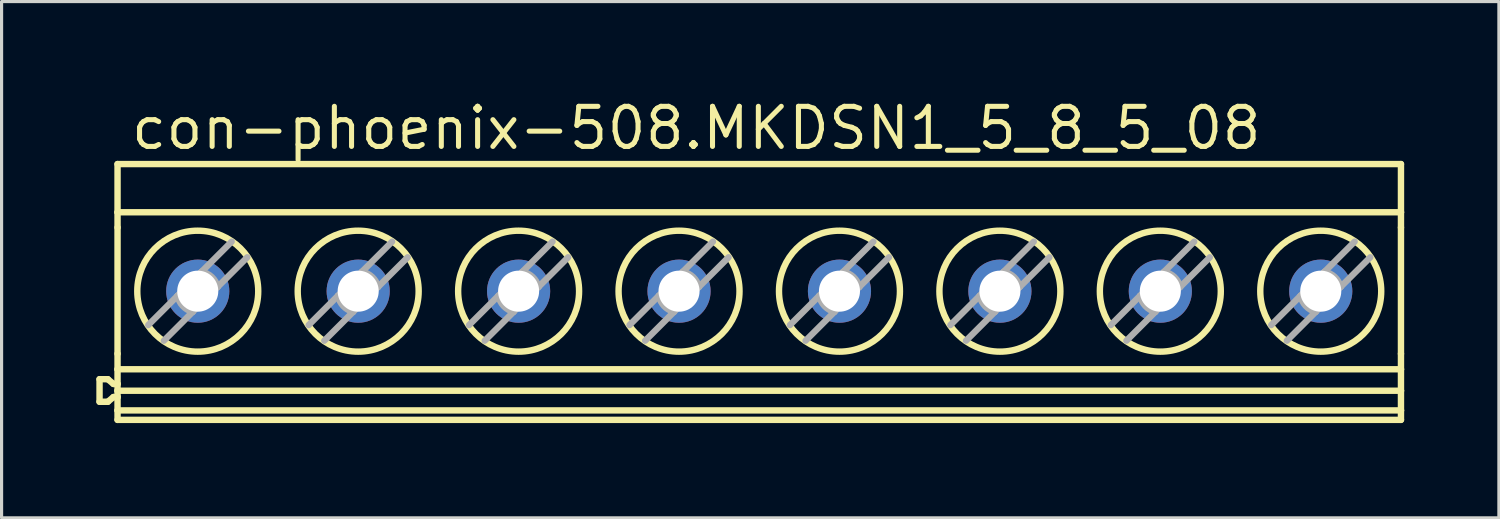
<source format=kicad_pcb>
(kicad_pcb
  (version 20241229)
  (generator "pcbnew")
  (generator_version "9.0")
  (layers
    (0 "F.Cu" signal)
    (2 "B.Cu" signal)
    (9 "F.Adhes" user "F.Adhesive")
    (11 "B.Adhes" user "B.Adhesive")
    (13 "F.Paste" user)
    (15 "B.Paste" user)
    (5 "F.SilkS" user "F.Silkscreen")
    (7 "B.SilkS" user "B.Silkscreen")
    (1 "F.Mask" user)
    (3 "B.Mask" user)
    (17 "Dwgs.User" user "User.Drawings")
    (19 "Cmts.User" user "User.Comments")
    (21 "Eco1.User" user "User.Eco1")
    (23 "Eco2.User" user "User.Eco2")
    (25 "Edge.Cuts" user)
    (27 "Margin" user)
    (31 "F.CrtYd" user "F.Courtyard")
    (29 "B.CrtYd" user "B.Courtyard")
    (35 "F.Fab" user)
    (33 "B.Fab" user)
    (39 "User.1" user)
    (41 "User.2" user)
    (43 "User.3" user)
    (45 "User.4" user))
  (footprint "con-phoenix-508.MKDSN1_5_8_5_08"
    (layer "F.Cu")
    (at 21.013 6.195)
    (property "Reference" "con-phoenix-508.MKDSN1_5_8_5_08" (at -19.991 -4.445 0) (layer "F.SilkS") (effects (font (size 1.27 1.27) (thickness 0.16)) (justify left bottom)))
    (attr through_hole)
    (fp_line (start -20.911 2.763) (end -20.911 3.477) (stroke (width 0.203) (type default)) (layer "F.SilkS"))
    (fp_line (start -20.911 2.763) (end -20.648 2.763) (stroke (width 0.203) (type default)) (layer "F.SilkS"))
    (fp_line (start -20.911 3.477) (end -20.648 3.477) (stroke (width 0.203) (type default)) (layer "F.SilkS"))
    (fp_line (start -20.648 2.763) (end -20.47 2.913) (stroke (width 0.203) (type default)) (layer "F.SilkS"))
    (fp_line (start -20.47 2.913) (end -20.341 2.913) (stroke (width 0.203) (type default)) (layer "F.SilkS"))
    (fp_line (start -20.47 3.327) (end -20.648 3.477) (stroke (width 0.203) (type default)) (layer "F.SilkS"))
    (fp_line (start -20.341 -4.05) (end 20.299 -4.05) (stroke (width 0.203) (type default)) (layer "F.SilkS"))
    (fp_line (start -20.341 -2.524) (end -20.341 -4.05) (stroke (width 0.203) (type default)) (layer "F.SilkS"))
    (fp_line (start -20.341 -2.524) (end -20.341 -2.041) (stroke (width 0.203) (type default)) (layer "F.SilkS"))
    (fp_line (start -20.341 -2.524) (end 20.299 -2.524) (stroke (width 0.203) (type default)) (layer "F.SilkS"))
    (fp_line (start -20.341 1.956) (end -20.341 -2.041) (stroke (width 0.203) (type default)) (layer "F.SilkS"))
    (fp_line (start -20.341 1.956) (end -20.341 2.448) (stroke (width 0.203) (type default)) (layer "F.SilkS"))
    (fp_line (start -20.341 2.913) (end -20.341 2.448) (stroke (width 0.203) (type default)) (layer "F.SilkS"))
    (fp_line (start -20.341 3.128) (end -20.341 2.913) (stroke (width 0.203) (type default)) (layer "F.SilkS"))
    (fp_line (start -20.341 3.128) (end 20.299 3.128) (stroke (width 0.203) (type default)) (layer "F.SilkS"))
    (fp_line (start -20.341 3.327) (end -20.47 3.327) (stroke (width 0.203) (type default)) (layer "F.SilkS"))
    (fp_line (start -20.341 3.327) (end -20.341 3.128) (stroke (width 0.203) (type default)) (layer "F.SilkS"))
    (fp_line (start -20.341 3.75) (end -20.341 3.327) (stroke (width 0.203) (type default)) (layer "F.SilkS"))
    (fp_line (start -20.341 3.75) (end -20.341 4.05) (stroke (width 0.203) (type default)) (layer "F.SilkS"))
    (fp_line (start -20.341 4.05) (end 20.299 4.05) (stroke (width 0.203) (type default)) (layer "F.SilkS"))
    (fp_line (start 20.299 -2.524) (end 20.299 -4.05) (stroke (width 0.203) (type default)) (layer "F.SilkS"))
    (fp_line (start 20.299 -2.524) (end 20.299 -2.041) (stroke (width 0.203) (type default)) (layer "F.SilkS"))
    (fp_line (start 20.299 1.956) (end 20.299 -2.041) (stroke (width 0.203) (type default)) (layer "F.SilkS"))
    (fp_line (start 20.299 1.956) (end 20.299 2.448) (stroke (width 0.203) (type default)) (layer "F.SilkS"))
    (fp_line (start 20.299 2.448) (end -20.341 2.448) (stroke (width 0.203) (type default)) (layer "F.SilkS"))
    (fp_line (start 20.299 3.128) (end 20.299 2.448) (stroke (width 0.203) (type default)) (layer "F.SilkS"))
    (fp_line (start 20.299 3.75) (end -20.341 3.75) (stroke (width 0.203) (type default)) (layer "F.SilkS"))
    (fp_line (start 20.299 3.75) (end 20.299 3.128) (stroke (width 0.203) (type default)) (layer "F.SilkS"))
    (fp_line (start 20.299 3.75) (end 20.299 4.05) (stroke (width 0.203) (type default)) (layer "F.SilkS"))
    (fp_circle (center -17.801 -0.025) (end -15.886 -0.025) (stroke (width 0.203) (type default)) (fill no) (layer "F.SilkS"))
    (fp_circle (center -12.721 -0.025) (end -10.806 -0.025) (stroke (width 0.203) (type default)) (fill no) (layer "F.SilkS"))
    (fp_circle (center -7.641 -0.025) (end -5.726 -0.025) (stroke (width 0.203) (type default)) (fill no) (layer "F.SilkS"))
    (fp_circle (center -2.561 -0.025) (end -0.646 -0.025) (stroke (width 0.203) (type default)) (fill no) (layer "F.SilkS"))
    (fp_circle (center 2.519 -0.025) (end 4.434 -0.025) (stroke (width 0.203) (type default)) (fill no) (layer "F.SilkS"))
    (fp_circle (center 7.599 -0.025) (end 9.514 -0.025) (stroke (width 0.203) (type default)) (fill no) (layer "F.SilkS"))
    (fp_circle (center 12.679 -0.025) (end 14.594 -0.025) (stroke (width 0.203) (type default)) (fill no) (layer "F.SilkS"))
    (fp_circle (center 17.759 -0.025) (end 19.674 -0.025) (stroke (width 0.203) (type default)) (fill no) (layer "F.SilkS"))
    (fp_line (start -19.369 1.048) (end -18.44 0.119) (stroke (width 0.203) (type default)) (layer "F.Fab"))
    (fp_line (start -18.44 0.119) (end -17.801 -0.52) (stroke (width 0.203) (type default)) (layer "F.Fab"))
    (fp_line (start -17.961 0.63) (end -18.874 1.543) (stroke (width 0.203) (type default)) (layer "F.Fab"))
    (fp_line (start -17.801 -0.52) (end -17.682 -0.639) (stroke (width 0.203) (type default)) (layer "F.Fab"))
    (fp_line (start -17.801 0.47) (end -17.961 0.63) (stroke (width 0.203) (type default)) (layer "F.Fab"))
    (fp_line (start -17.682 -0.639) (end -16.728 -1.593) (stroke (width 0.203) (type default)) (layer "F.Fab"))
    (fp_line (start -17.171 -0.16) (end -17.801 0.47) (stroke (width 0.203) (type default)) (layer "F.Fab"))
    (fp_line (start -16.233 -1.098) (end -17.171 -0.16) (stroke (width 0.203) (type default)) (layer "F.Fab"))
    (fp_line (start -14.289 1.048) (end -13.36 0.119) (stroke (width 0.203) (type default)) (layer "F.Fab"))
    (fp_line (start -13.36 0.119) (end -12.721 -0.52) (stroke (width 0.203) (type default)) (layer "F.Fab"))
    (fp_line (start -12.881 0.63) (end -13.794 1.543) (stroke (width 0.203) (type default)) (layer "F.Fab"))
    (fp_line (start -12.721 -0.52) (end -12.602 -0.639) (stroke (width 0.203) (type default)) (layer "F.Fab"))
    (fp_line (start -12.721 0.47) (end -12.881 0.63) (stroke (width 0.203) (type default)) (layer "F.Fab"))
    (fp_line (start -12.602 -0.639) (end -11.648 -1.593) (stroke (width 0.203) (type default)) (layer "F.Fab"))
    (fp_line (start -12.091 -0.16) (end -12.721 0.47) (stroke (width 0.203) (type default)) (layer "F.Fab"))
    (fp_line (start -11.153 -1.098) (end -12.091 -0.16) (stroke (width 0.203) (type default)) (layer "F.Fab"))
    (fp_line (start -9.209 1.048) (end -8.28 0.119) (stroke (width 0.203) (type default)) (layer "F.Fab"))
    (fp_line (start -8.28 0.119) (end -7.641 -0.52) (stroke (width 0.203) (type default)) (layer "F.Fab"))
    (fp_line (start -7.801 0.63) (end -8.714 1.543) (stroke (width 0.203) (type default)) (layer "F.Fab"))
    (fp_line (start -7.641 -0.52) (end -7.522 -0.639) (stroke (width 0.203) (type default)) (layer "F.Fab"))
    (fp_line (start -7.641 0.47) (end -7.801 0.63) (stroke (width 0.203) (type default)) (layer "F.Fab"))
    (fp_line (start -7.522 -0.639) (end -6.568 -1.593) (stroke (width 0.203) (type default)) (layer "F.Fab"))
    (fp_line (start -7.011 -0.16) (end -7.641 0.47) (stroke (width 0.203) (type default)) (layer "F.Fab"))
    (fp_line (start -6.073 -1.098) (end -7.011 -0.16) (stroke (width 0.203) (type default)) (layer "F.Fab"))
    (fp_line (start -4.129 1.048) (end -3.2 0.119) (stroke (width 0.203) (type default)) (layer "F.Fab"))
    (fp_line (start -3.2 0.119) (end -2.561 -0.52) (stroke (width 0.203) (type default)) (layer "F.Fab"))
    (fp_line (start -2.721 0.63) (end -3.634 1.543) (stroke (width 0.203) (type default)) (layer "F.Fab"))
    (fp_line (start -2.561 -0.52) (end -2.442 -0.639) (stroke (width 0.203) (type default)) (layer "F.Fab"))
    (fp_line (start -2.561 0.47) (end -2.721 0.63) (stroke (width 0.203) (type default)) (layer "F.Fab"))
    (fp_line (start -2.442 -0.639) (end -1.488 -1.593) (stroke (width 0.203) (type default)) (layer "F.Fab"))
    (fp_line (start -1.931 -0.16) (end -2.561 0.47) (stroke (width 0.203) (type default)) (layer "F.Fab"))
    (fp_line (start -0.993 -1.098) (end -1.931 -0.16) (stroke (width 0.203) (type default)) (layer "F.Fab"))
    (fp_line (start 0.951 1.048) (end 1.88 0.119) (stroke (width 0.203) (type default)) (layer "F.Fab"))
    (fp_line (start 1.88 0.119) (end 2.519 -0.52) (stroke (width 0.203) (type default)) (layer "F.Fab"))
    (fp_line (start 2.359 0.63) (end 1.446 1.543) (stroke (width 0.203) (type default)) (layer "F.Fab"))
    (fp_line (start 2.519 -0.52) (end 2.638 -0.639) (stroke (width 0.203) (type default)) (layer "F.Fab"))
    (fp_line (start 2.519 0.47) (end 2.359 0.63) (stroke (width 0.203) (type default)) (layer "F.Fab"))
    (fp_line (start 2.638 -0.639) (end 3.592 -1.593) (stroke (width 0.203) (type default)) (layer "F.Fab"))
    (fp_line (start 3.149 -0.16) (end 2.519 0.47) (stroke (width 0.203) (type default)) (layer "F.Fab"))
    (fp_line (start 4.087 -1.098) (end 3.149 -0.16) (stroke (width 0.203) (type default)) (layer "F.Fab"))
    (fp_line (start 6.031 1.048) (end 6.96 0.119) (stroke (width 0.203) (type default)) (layer "F.Fab"))
    (fp_line (start 6.96 0.119) (end 7.599 -0.52) (stroke (width 0.203) (type default)) (layer "F.Fab"))
    (fp_line (start 7.439 0.63) (end 6.526 1.543) (stroke (width 0.203) (type default)) (layer "F.Fab"))
    (fp_line (start 7.599 -0.52) (end 7.718 -0.639) (stroke (width 0.203) (type default)) (layer "F.Fab"))
    (fp_line (start 7.599 0.47) (end 7.439 0.63) (stroke (width 0.203) (type default)) (layer "F.Fab"))
    (fp_line (start 7.718 -0.639) (end 8.672 -1.593) (stroke (width 0.203) (type default)) (layer "F.Fab"))
    (fp_line (start 8.229 -0.16) (end 7.599 0.47) (stroke (width 0.203) (type default)) (layer "F.Fab"))
    (fp_line (start 9.167 -1.098) (end 8.229 -0.16) (stroke (width 0.203) (type default)) (layer "F.Fab"))
    (fp_line (start 11.111 1.048) (end 12.04 0.119) (stroke (width 0.203) (type default)) (layer "F.Fab"))
    (fp_line (start 12.04 0.119) (end 12.679 -0.52) (stroke (width 0.203) (type default)) (layer "F.Fab"))
    (fp_line (start 12.519 0.63) (end 11.606 1.543) (stroke (width 0.203) (type default)) (layer "F.Fab"))
    (fp_line (start 12.679 -0.52) (end 12.798 -0.639) (stroke (width 0.203) (type default)) (layer "F.Fab"))
    (fp_line (start 12.679 0.47) (end 12.519 0.63) (stroke (width 0.203) (type default)) (layer "F.Fab"))
    (fp_line (start 12.798 -0.639) (end 13.752 -1.593) (stroke (width 0.203) (type default)) (layer "F.Fab"))
    (fp_line (start 13.309 -0.16) (end 12.679 0.47) (stroke (width 0.203) (type default)) (layer "F.Fab"))
    (fp_line (start 14.247 -1.098) (end 13.309 -0.16) (stroke (width 0.203) (type default)) (layer "F.Fab"))
    (fp_line (start 16.191 1.048) (end 17.12 0.119) (stroke (width 0.203) (type default)) (layer "F.Fab"))
    (fp_line (start 17.12 0.119) (end 17.759 -0.52) (stroke (width 0.203) (type default)) (layer "F.Fab"))
    (fp_line (start 17.599 0.63) (end 16.686 1.543) (stroke (width 0.203) (type default)) (layer "F.Fab"))
    (fp_line (start 17.759 -0.52) (end 17.878 -0.639) (stroke (width 0.203) (type default)) (layer "F.Fab"))
    (fp_line (start 17.759 0.47) (end 17.599 0.63) (stroke (width 0.203) (type default)) (layer "F.Fab"))
    (fp_line (start 17.878 -0.639) (end 18.832 -1.593) (stroke (width 0.203) (type default)) (layer "F.Fab"))
    (fp_line (start 18.389 -0.16) (end 17.759 0.47) (stroke (width 0.203) (type default)) (layer "F.Fab"))
    (fp_line (start 19.327 -1.098) (end 18.389 -0.16) (stroke (width 0.203) (type default)) (layer "F.Fab"))
    (fp_arc (start -17.9611 0.63) (mid -18.275316 0.444537) (end -18.4401 0.119) (stroke (width 0.2032) (type default)) (layer "F.Fab"))
    (fp_arc (start -17.6821 -0.639) (mid -17.356563 -0.474216) (end -17.1711 -0.16) (stroke (width 0.2032) (type default)) (layer "F.Fab"))
    (fp_arc (start -12.8811 0.63) (mid -13.195316 0.444537) (end -13.3601 0.119) (stroke (width 0.2032) (type default)) (layer "F.Fab"))
    (fp_arc (start -12.6021 -0.639) (mid -12.276563 -0.474216) (end -12.0911 -0.16) (stroke (width 0.2032) (type default)) (layer "F.Fab"))
    (fp_arc (start -7.8011 0.63) (mid -8.115316 0.444537) (end -8.2801 0.119) (stroke (width 0.2032) (type default)) (layer "F.Fab"))
    (fp_arc (start -7.5221 -0.639) (mid -7.196563 -0.474216) (end -7.0111 -0.16) (stroke (width 0.2032) (type default)) (layer "F.Fab"))
    (fp_arc (start -2.7211 0.63) (mid -3.035316 0.444537) (end -3.2001 0.119) (stroke (width 0.2032) (type default)) (layer "F.Fab"))
    (fp_arc (start -2.4421 -0.639) (mid -2.116563 -0.474216) (end -1.9311 -0.16) (stroke (width 0.2032) (type default)) (layer "F.Fab"))
    (fp_arc (start 2.3589 0.63) (mid 2.044684 0.444537) (end 1.8799 0.119) (stroke (width 0.2032) (type default)) (layer "F.Fab"))
    (fp_arc (start 2.6379 -0.639) (mid 2.963437 -0.474216) (end 3.1489 -0.16) (stroke (width 0.2032) (type default)) (layer "F.Fab"))
    (fp_arc (start 7.4389 0.63) (mid 7.124684 0.444537) (end 6.9599 0.119) (stroke (width 0.2032) (type default)) (layer "F.Fab"))
    (fp_arc (start 7.7179 -0.639) (mid 8.043437 -0.474216) (end 8.2289 -0.16) (stroke (width 0.2032) (type default)) (layer "F.Fab"))
    (fp_arc (start 12.5189 0.63) (mid 12.204684 0.444537) (end 12.0399 0.119) (stroke (width 0.2032) (type default)) (layer "F.Fab"))
    (fp_arc (start 12.7979 -0.639) (mid 13.123437 -0.474216) (end 13.3089 -0.16) (stroke (width 0.2032) (type default)) (layer "F.Fab"))
    (fp_arc (start 17.5989 0.63) (mid 17.284684 0.444537) (end 17.1199 0.119) (stroke (width 0.2032) (type default)) (layer "F.Fab"))
    (fp_arc (start 17.8779 -0.639) (mid 18.203437 -0.474216) (end 18.3889 -0.16) (stroke (width 0.2032) (type default)) (layer "F.Fab"))
    (pad "1" thru_hole circle (at -17.801 -0.025) (size 2 2) (drill 1.3) (layers "*.Cu" "*.Mask"))
    (pad "2" thru_hole circle (at -12.721 -0.025) (size 2 2) (drill 1.3) (layers "*.Cu" "*.Mask"))
    (pad "3" thru_hole circle (at -7.641 -0.025) (size 2 2) (drill 1.3) (layers "*.Cu" "*.Mask"))
    (pad "4" thru_hole circle (at -2.561 -0.025) (size 2 2) (drill 1.3) (layers "*.Cu" "*.Mask"))
    (pad "5" thru_hole circle (at 2.519 -0.025) (size 2 2) (drill 1.3) (layers "*.Cu" "*.Mask"))
    (pad "6" thru_hole circle (at 7.599 -0.025) (size 2 2) (drill 1.3) (layers "*.Cu" "*.Mask"))
    (pad "7" thru_hole circle (at 12.679 -0.025) (size 2 2) (drill 1.3) (layers "*.Cu" "*.Mask"))
    (pad "8" thru_hole circle (at 17.759 -0.025) (size 2 2) (drill 1.3) (layers "*.Cu" "*.Mask")))
  (gr_rect
    (start -3 -3)
    (end 44.413 13.347)
    (stroke (width 0.1) (type default))
    (fill no)
    (layer "Edge.Cuts")))
</source>
